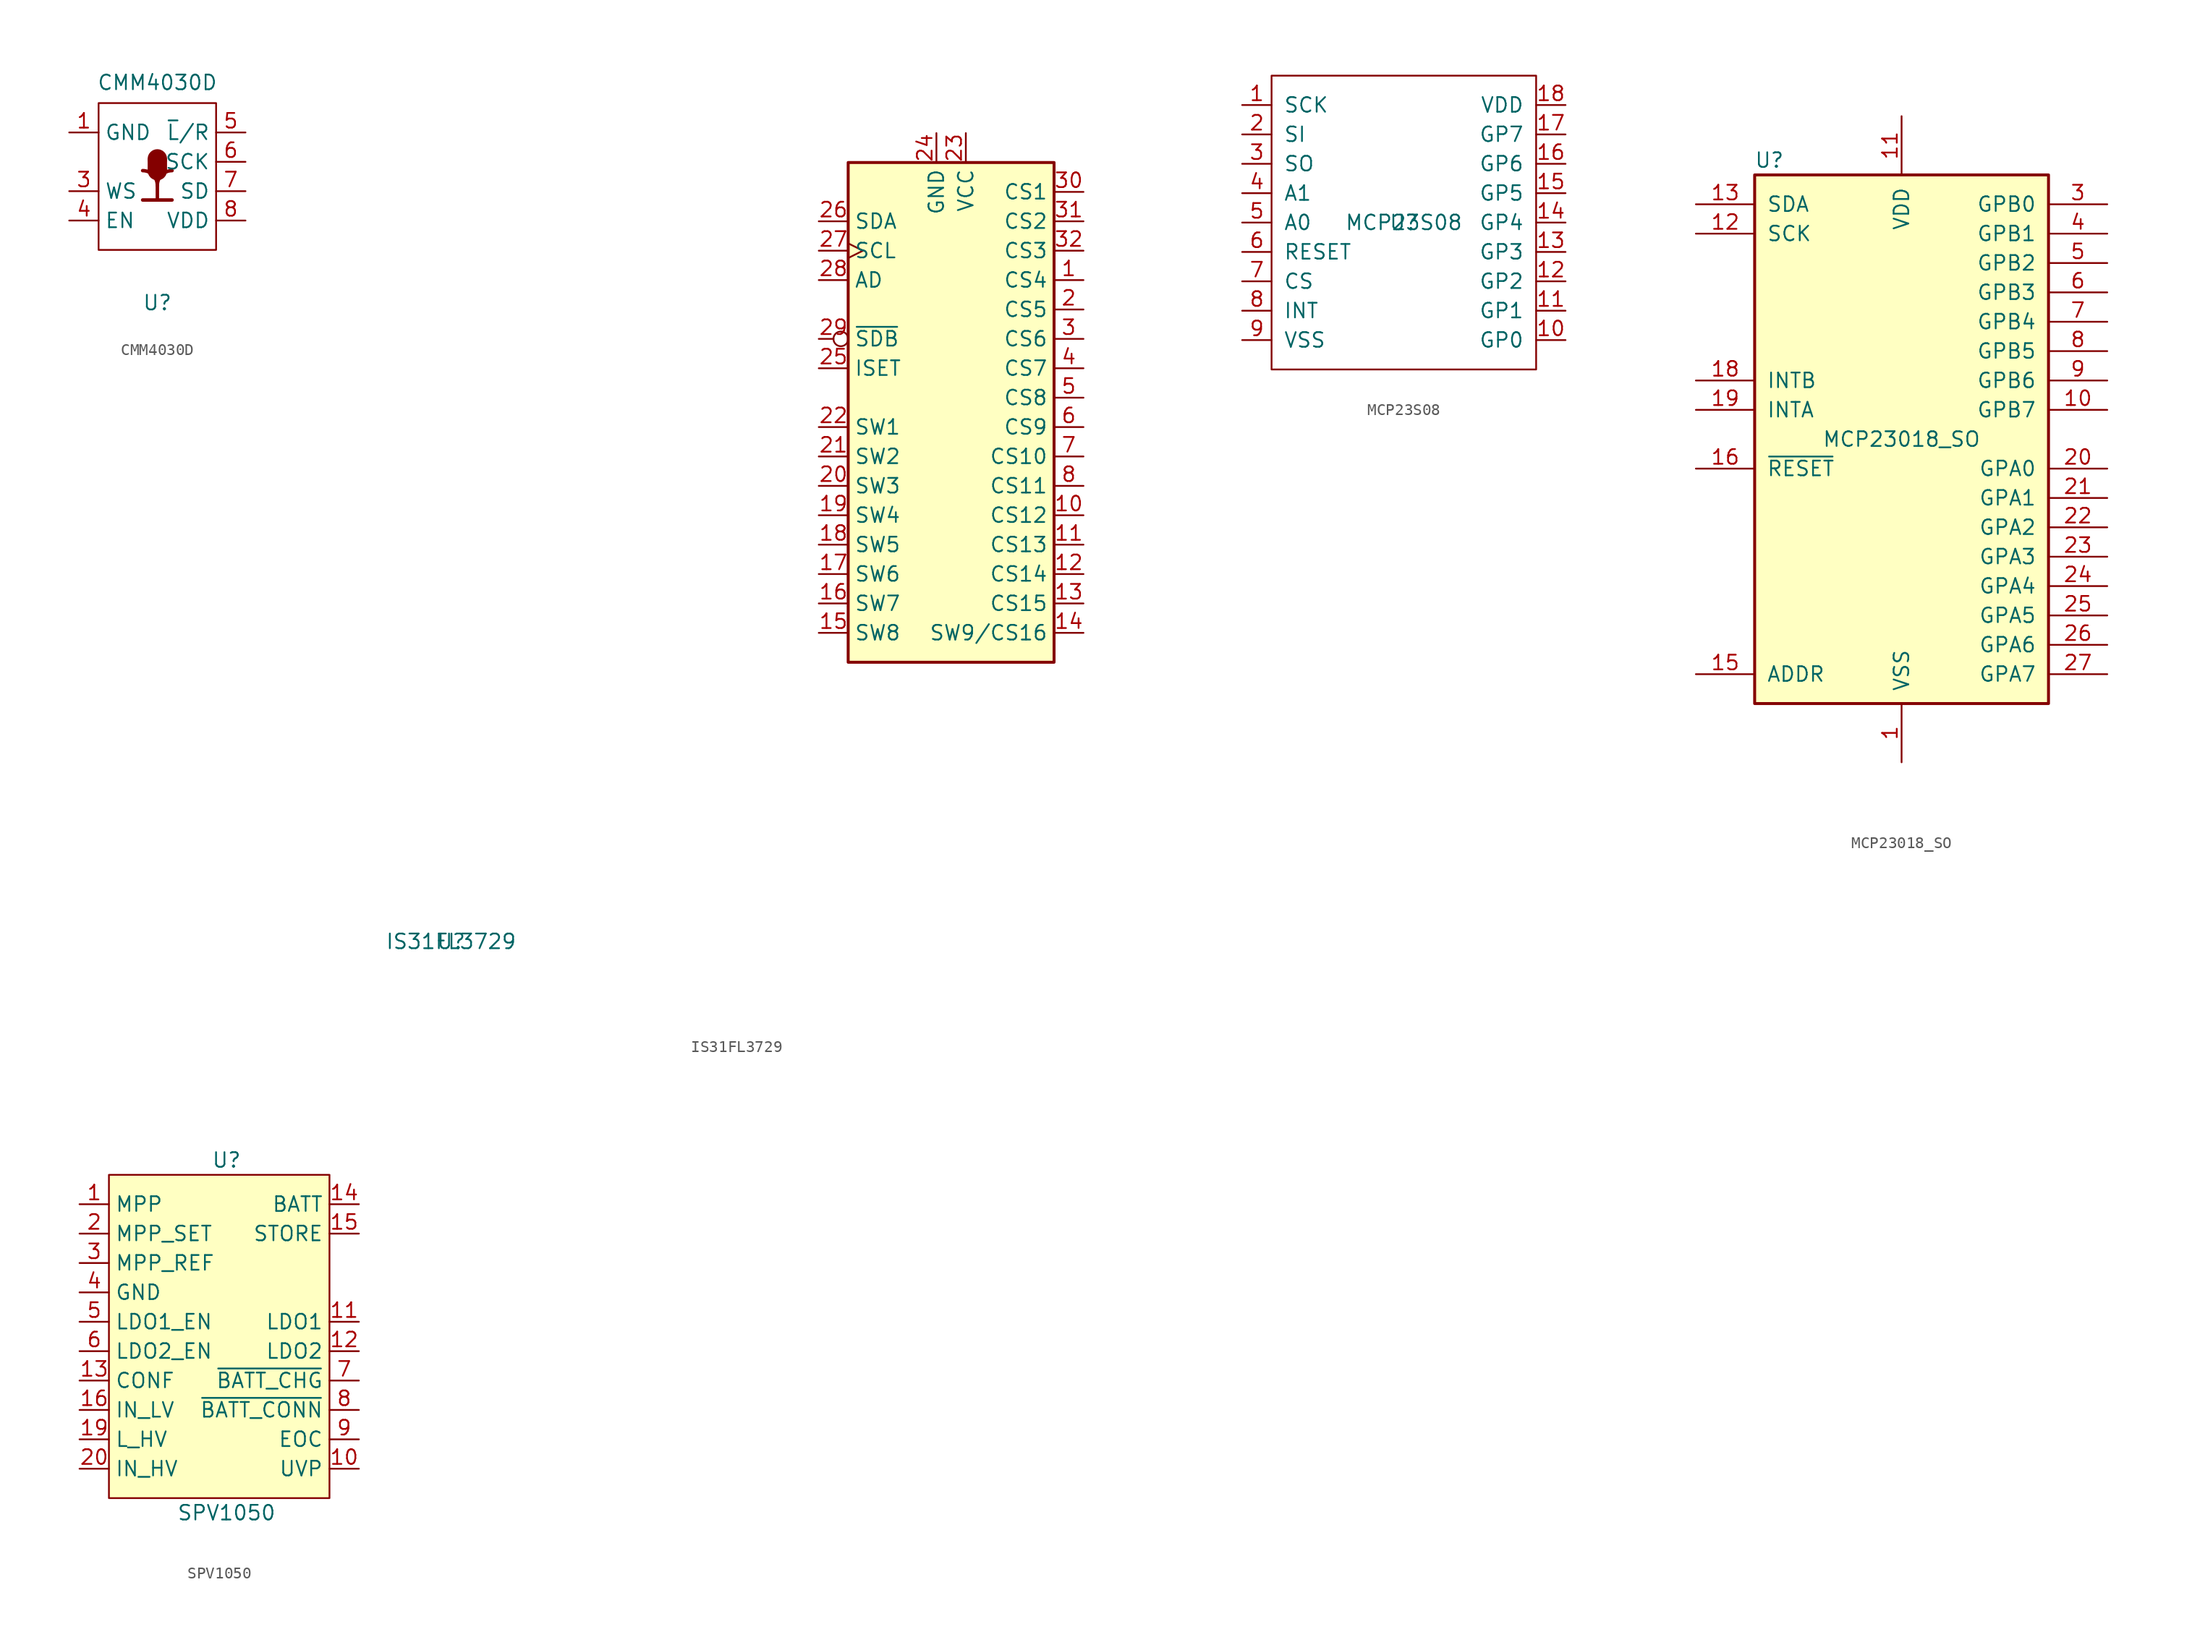
<source format=kicad_sym>
(kicad_symbol_lib
  (version 20211014)
  (generator kicad_symbol_editor)
  (symbol "CMM4030D"
    (property "Reference" "U"
      (at 0 -10.922 0)
      (effects (font (size 1.27 1.27))))
    (property "Value" "CMM4030D"
      (at 0 8.128 0)
      (effects (font (size 1.27 1.27))))
    (symbol "CMM4030D_0_1"
      (rectangle (start -5.08 6.35) (end 5.08 -6.35) (stroke (width 0.152) (type default) (color 0 0 0 0)) (fill (type none)))
      (rectangle (start -0.762 1.524) (end 0.762 0.508) (stroke (width 0.152) (type default) (color 0 0 0 0)) (fill (type outline)))
      (arc (start 0 -0.762) (mid 0.898 1.406) (end -1.27 0.508) (stroke (width 0.3) (type default) (color 0 0 0 0)) (fill (type none)))
      (polyline (pts (xy 0 -0.762) (xy 0 -2.032)) (stroke (width 0.3) (type default) (color 0 0 0 0)) (fill (type none)))
      (polyline (pts (xy 1.27 -2.032) (xy -1.27 -2.032)) (stroke (width 0.3) (type default) (color 0 0 0 0)) (fill (type none)))
      (circle (center 0 0.508) (radius 0.762) (stroke (width 0.152) (type default) (color 0 0 0 0)) (fill (type outline)))
      (circle (center 0 1.524) (radius 0.762) (stroke (width 0.152) (type default) (color 0 0 0 0)) (fill (type outline)))
      (arc (start 1.27 0.508) (mid -0.898 1.406) (end 0 -0.762) (stroke (width 0.3) (type default) (color 0 0 0 0)) (fill (type none))))
    (symbol "CMM4030D_1_1"
      (pin power_in line (at -7.62 3.81 0) (length 2.54) (name "GND" (effects (font (size 1.27 1.27)))) (number "1" (effects (font (size 1.27 1.27)))))
      (pin input line (at -7.62 -1.27 0) (length 2.54) (name "WS" (effects (font (size 1.27 1.27)))) (number "3" (effects (font (size 1.27 1.27)))))
      (pin input line (at -7.62 -3.81 0) (length 2.54) (name "EN" (effects (font (size 1.27 1.27)))) (number "4" (effects (font (size 1.27 1.27)))))
      (pin input line (at 7.62 3.81 180) (length 2.54) (name "~{L}/R" (effects (font (size 1.27 1.27)))) (number "5" (effects (font (size 1.27 1.27)))))
      (pin input line (at 7.62 1.27 180) (length 2.54) (name "SCK" (effects (font (size 1.27 1.27)))) (number "6" (effects (font (size 1.27 1.27)))))
      (pin input line (at 7.62 -1.27 180) (length 2.54) (name "SD" (effects (font (size 1.27 1.27)))) (number "7" (effects (font (size 1.27 1.27)))))
      (pin power_in line (at 7.62 -3.81 180) (length 2.54) (name "VDD" (effects (font (size 1.27 1.27)))) (number "8" (effects (font (size 1.27 1.27)))))))
  (symbol "IS31FL3729"
    (property "Reference" "U"
      (at -43.18 -45.72 0)
      (effects (font (size 1.27 1.27))))
    (property "Value" "IS31FL3729"
      (at -43.18 -45.72 0)
      (effects (font (size 1.27 1.27))))
    (symbol "IS31FL3729_0_1"
      (rectangle (start -8.89 21.59) (end 8.89 -21.59) (stroke (width 0.254) (type default) (color 0 0 0 0)) (fill (type background))))
    (symbol "IS31FL3729_1_1"
      (pin output line (at 11.43 11.43 180) (length 2.54) (name "CS4" (effects (font (size 1.27 1.27)))) (number "1" (effects (font (size 1.27 1.27)))))
      (pin output line (at 11.43 -8.89 180) (length 2.54) (name "CS12" (effects (font (size 1.27 1.27)))) (number "10" (effects (font (size 1.27 1.27)))))
      (pin output line (at 11.43 -11.43 180) (length 2.54) (name "CS13" (effects (font (size 1.27 1.27)))) (number "11" (effects (font (size 1.27 1.27)))))
      (pin output line (at 11.43 -13.97 180) (length 2.54) (name "CS14" (effects (font (size 1.27 1.27)))) (number "12" (effects (font (size 1.27 1.27)))))
      (pin output line (at 11.43 -16.51 180) (length 2.54) (name "CS15" (effects (font (size 1.27 1.27)))) (number "13" (effects (font (size 1.27 1.27)))))
      (pin bidirectional line (at 11.43 -19.05 180) (length 2.54) (name "SW9/CS16" (effects (font (size 1.27 1.27)))) (number "14" (effects (font (size 1.27 1.27)))))
      (pin input line (at -11.43 -19.05 0) (length 2.54) (name "SW8" (effects (font (size 1.27 1.27)))) (number "15" (effects (font (size 1.27 1.27)))))
      (pin input line (at -11.43 -16.51 0) (length 2.54) (name "SW7" (effects (font (size 1.27 1.27)))) (number "16" (effects (font (size 1.27 1.27)))))
      (pin input line (at -11.43 -13.97 0) (length 2.54) (name "SW6" (effects (font (size 1.27 1.27)))) (number "17" (effects (font (size 1.27 1.27)))))
      (pin input line (at -11.43 -11.43 0) (length 2.54) (name "SW5" (effects (font (size 1.27 1.27)))) (number "18" (effects (font (size 1.27 1.27)))))
      (pin input line (at -11.43 -8.89 0) (length 2.54) (name "SW4" (effects (font (size 1.27 1.27)))) (number "19" (effects (font (size 1.27 1.27)))))
      (pin output line (at 11.43 8.89 180) (length 2.54) (name "CS5" (effects (font (size 1.27 1.27)))) (number "2" (effects (font (size 1.27 1.27)))))
      (pin input line (at -11.43 -6.35 0) (length 2.54) (name "SW3" (effects (font (size 1.27 1.27)))) (number "20" (effects (font (size 1.27 1.27)))))
      (pin input line (at -11.43 -3.81 0) (length 2.54) (name "SW2" (effects (font (size 1.27 1.27)))) (number "21" (effects (font (size 1.27 1.27)))))
      (pin input line (at -11.43 -1.27 0) (length 2.54) (name "SW1" (effects (font (size 1.27 1.27)))) (number "22" (effects (font (size 1.27 1.27)))))
      (pin power_in line (at 1.27 24.13 270) (length 2.54) (name "VCC" (effects (font (size 1.27 1.27)))) (number "23" (effects (font (size 1.27 1.27)))))
      (pin passive line (at -1.27 24.13 270) (length 2.54) (name "GND" (effects (font (size 1.27 1.27)))) (number "24" (effects (font (size 1.27 1.27)))))
      (pin passive line (at -11.43 3.81 0) (length 2.54) (name "ISET" (effects (font (size 1.27 1.27)))) (number "25" (effects (font (size 1.27 1.27)))))
      (pin bidirectional line (at -11.43 16.51 0) (length 2.54) (name "SDA" (effects (font (size 1.27 1.27)))) (number "26" (effects (font (size 1.27 1.27)))))
      (pin input clock (at -11.43 13.97 0) (length 2.54) (name "SCL" (effects (font (size 1.27 1.27)))) (number "27" (effects (font (size 1.27 1.27)))))
      (pin input line (at -11.43 11.43 0) (length 2.54) (name "AD" (effects (font (size 1.27 1.27)))) (number "28" (effects (font (size 1.27 1.27)))))
      (pin input inverted (at -11.43 6.35 0) (length 2.54) (name "~{SDB}" (effects (font (size 1.27 1.27)))) (number "29" (effects (font (size 1.27 1.27)))))
      (pin output line (at 11.43 6.35 180) (length 2.54) (name "CS6" (effects (font (size 1.27 1.27)))) (number "3" (effects (font (size 1.27 1.27)))))
      (pin output line (at 11.43 19.05 180) (length 2.54) (name "CS1" (effects (font (size 1.27 1.27)))) (number "30" (effects (font (size 1.27 1.27)))))
      (pin output line (at 11.43 16.51 180) (length 2.54) (name "CS2" (effects (font (size 1.27 1.27)))) (number "31" (effects (font (size 1.27 1.27)))))
      (pin output line (at 11.43 13.97 180) (length 2.54) (name "CS3" (effects (font (size 1.27 1.27)))) (number "32" (effects (font (size 1.27 1.27)))))
      (pin passive line (at -1.27 24.13 270) (length 2.54) hide (name "GND" (effects (font (size 1.27 1.27)))) (number "33" (effects (font (size 1.27 1.27)))))
      (pin output line (at 11.43 3.81 180) (length 2.54) (name "CS7" (effects (font (size 1.27 1.27)))) (number "4" (effects (font (size 1.27 1.27)))))
      (pin output line (at 11.43 1.27 180) (length 2.54) (name "CS8" (effects (font (size 1.27 1.27)))) (number "5" (effects (font (size 1.27 1.27)))))
      (pin output line (at 11.43 -1.27 180) (length 2.54) (name "CS9" (effects (font (size 1.27 1.27)))) (number "6" (effects (font (size 1.27 1.27)))))
      (pin output line (at 11.43 -3.81 180) (length 2.54) (name "CS10" (effects (font (size 1.27 1.27)))) (number "7" (effects (font (size 1.27 1.27)))))
      (pin output line (at 11.43 -6.35 180) (length 2.54) (name "CS11" (effects (font (size 1.27 1.27)))) (number "8" (effects (font (size 1.27 1.27)))))
      (pin passive line (at -1.27 24.13 270) (length 2.54) hide (name "GND" (effects (font (size 1.27 1.27)))) (number "9" (effects (font (size 1.27 1.27)))))))
  (symbol "MCP23S08"
    (pin_names
      (offset 1.016))
    (property "Reference" "U"
      (at 0 0 0)
      (effects (font (size 1.27 1.27))))
    (property "Value" "MCP23S08"
      (at 0 0 0)
      (effects (font (size 1.27 1.27))))
    (symbol "MCP23S08_0_1"
      (rectangle (start 11.43 12.7) (end -11.43 -12.7) (stroke (width 0) (type default) (color 0 0 0 0)) (fill (type none))))
    (symbol "MCP23S08_1_1"
      (pin input line (at -13.97 10.16 0) (length 2.54) (name "SCK" (effects (font (size 1.27 1.27)))) (number "1" (effects (font (size 1.27 1.27)))))
      (pin input line (at 13.97 -10.16 180) (length 2.54) (name "GP0" (effects (font (size 1.27 1.27)))) (number "10" (effects (font (size 1.27 1.27)))))
      (pin input line (at 13.97 -7.62 180) (length 2.54) (name "GP1" (effects (font (size 1.27 1.27)))) (number "11" (effects (font (size 1.27 1.27)))))
      (pin input line (at 13.97 -5.08 180) (length 2.54) (name "GP2" (effects (font (size 1.27 1.27)))) (number "12" (effects (font (size 1.27 1.27)))))
      (pin input line (at 13.97 -2.54 180) (length 2.54) (name "GP3" (effects (font (size 1.27 1.27)))) (number "13" (effects (font (size 1.27 1.27)))))
      (pin input line (at 13.97 0 180) (length 2.54) (name "GP4" (effects (font (size 1.27 1.27)))) (number "14" (effects (font (size 1.27 1.27)))))
      (pin input line (at 13.97 2.54 180) (length 2.54) (name "GP5" (effects (font (size 1.27 1.27)))) (number "15" (effects (font (size 1.27 1.27)))))
      (pin input line (at 13.97 5.08 180) (length 2.54) (name "GP6" (effects (font (size 1.27 1.27)))) (number "16" (effects (font (size 1.27 1.27)))))
      (pin input line (at 13.97 7.62 180) (length 2.54) (name "GP7" (effects (font (size 1.27 1.27)))) (number "17" (effects (font (size 1.27 1.27)))))
      (pin input line (at 13.97 10.16 180) (length 2.54) (name "VDD" (effects (font (size 1.27 1.27)))) (number "18" (effects (font (size 1.27 1.27)))))
      (pin input line (at -13.97 7.62 0) (length 2.54) (name "SI" (effects (font (size 1.27 1.27)))) (number "2" (effects (font (size 1.27 1.27)))))
      (pin input line (at -13.97 5.08 0) (length 2.54) (name "SO" (effects (font (size 1.27 1.27)))) (number "3" (effects (font (size 1.27 1.27)))))
      (pin input line (at -13.97 2.54 0) (length 2.54) (name "A1" (effects (font (size 1.27 1.27)))) (number "4" (effects (font (size 1.27 1.27)))))
      (pin input line (at -13.97 0 0) (length 2.54) (name "A0" (effects (font (size 1.27 1.27)))) (number "5" (effects (font (size 1.27 1.27)))))
      (pin input line (at -13.97 -2.54 0) (length 2.54) (name "RESET" (effects (font (size 1.27 1.27)))) (number "6" (effects (font (size 1.27 1.27)))))
      (pin input line (at -13.97 -5.08 0) (length 2.54) (name "CS" (effects (font (size 1.27 1.27)))) (number "7" (effects (font (size 1.27 1.27)))))
      (pin input line (at -13.97 -7.62 0) (length 2.54) (name "INT" (effects (font (size 1.27 1.27)))) (number "8" (effects (font (size 1.27 1.27)))))
      (pin input line (at -13.97 -10.16 0) (length 2.54) (name "VSS" (effects (font (size 1.27 1.27)))) (number "9" (effects (font (size 1.27 1.27)))))))
  (symbol "MCP23018_SO"
    (pin_names
      (offset 1.016))
    (property "Reference" "U"
      (at -11.43 24.13 0)
      (effects (font (size 1.27 1.27))))
    (property "Value" "MCP23018_SO"
      (at 0 0 0)
      (effects (font (size 1.27 1.27))))
    (symbol "MCP23018_SO_0_1"
      (rectangle (start -12.7 22.86) (end 12.7 -22.86) (stroke (width 0.254) (type default) (color 0 0 0 0)) (fill (type background))))
    (symbol "MCP23018_SO_1_1"
      (pin power_in line (at 0 -27.94 90) (length 5.08) (name "VSS" (effects (font (size 1.27 1.27)))) (number "1" (effects (font (size 1.27 1.27)))))
      (pin open_collector line (at 17.78 2.54 180) (length 5.08) (name "GPB7" (effects (font (size 1.27 1.27)))) (number "10" (effects (font (size 1.27 1.27)))))
      (pin power_in line (at 0 27.94 270) (length 5.08) (name "VDD" (effects (font (size 1.27 1.27)))) (number "11" (effects (font (size 1.27 1.27)))))
      (pin input line (at -17.78 17.78 0) (length 5.08) (name "SCK" (effects (font (size 1.27 1.27)))) (number "12" (effects (font (size 1.27 1.27)))))
      (pin bidirectional line (at -17.78 20.32 0) (length 5.08) (name "SDA" (effects (font (size 1.27 1.27)))) (number "13" (effects (font (size 1.27 1.27)))))
      (pin no_connect line (at -12.7 12.7 0) (length 5.08) hide (name "NC" (effects (font (size 1.27 1.27)))) (number "14" (effects (font (size 1.27 1.27)))))
      (pin input line (at -17.78 -20.32 0) (length 5.08) (name "ADDR" (effects (font (size 1.27 1.27)))) (number "15" (effects (font (size 1.27 1.27)))))
      (pin input line (at -17.78 -2.54 0) (length 5.08) (name "~{RESET}" (effects (font (size 1.27 1.27)))) (number "16" (effects (font (size 1.27 1.27)))))
      (pin no_connect line (at -12.7 10.16 0) (length 5.08) hide (name "NC" (effects (font (size 1.27 1.27)))) (number "17" (effects (font (size 1.27 1.27)))))
      (pin output line (at -17.78 5.08 0) (length 5.08) (name "INTB" (effects (font (size 1.27 1.27)))) (number "18" (effects (font (size 1.27 1.27)))))
      (pin output line (at -17.78 2.54 0) (length 5.08) (name "INTA" (effects (font (size 1.27 1.27)))) (number "19" (effects (font (size 1.27 1.27)))))
      (pin no_connect line (at -12.7 15.24 0) (length 5.08) hide (name "NC" (effects (font (size 1.27 1.27)))) (number "2" (effects (font (size 1.27 1.27)))))
      (pin open_collector line (at 17.78 -2.54 180) (length 5.08) (name "GPA0" (effects (font (size 1.27 1.27)))) (number "20" (effects (font (size 1.27 1.27)))))
      (pin open_collector line (at 17.78 -5.08 180) (length 5.08) (name "GPA1" (effects (font (size 1.27 1.27)))) (number "21" (effects (font (size 1.27 1.27)))))
      (pin open_collector line (at 17.78 -7.62 180) (length 5.08) (name "GPA2" (effects (font (size 1.27 1.27)))) (number "22" (effects (font (size 1.27 1.27)))))
      (pin open_collector line (at 17.78 -10.16 180) (length 5.08) (name "GPA3" (effects (font (size 1.27 1.27)))) (number "23" (effects (font (size 1.27 1.27)))))
      (pin open_collector line (at 17.78 -12.7 180) (length 5.08) (name "GPA4" (effects (font (size 1.27 1.27)))) (number "24" (effects (font (size 1.27 1.27)))))
      (pin open_collector line (at 17.78 -15.24 180) (length 5.08) (name "GPA5" (effects (font (size 1.27 1.27)))) (number "25" (effects (font (size 1.27 1.27)))))
      (pin open_collector line (at 17.78 -17.78 180) (length 5.08) (name "GPA6" (effects (font (size 1.27 1.27)))) (number "26" (effects (font (size 1.27 1.27)))))
      (pin open_collector line (at 17.78 -20.32 180) (length 5.08) (name "GPA7" (effects (font (size 1.27 1.27)))) (number "27" (effects (font (size 1.27 1.27)))))
      (pin no_connect line (at -12.7 7.62 0) (length 5.08) hide (name "NC" (effects (font (size 1.27 1.27)))) (number "28" (effects (font (size 1.27 1.27)))))
      (pin open_collector line (at 17.78 20.32 180) (length 5.08) (name "GPB0" (effects (font (size 1.27 1.27)))) (number "3" (effects (font (size 1.27 1.27)))))
      (pin open_collector line (at 17.78 17.78 180) (length 5.08) (name "GPB1" (effects (font (size 1.27 1.27)))) (number "4" (effects (font (size 1.27 1.27)))))
      (pin open_collector line (at 17.78 15.24 180) (length 5.08) (name "GPB2" (effects (font (size 1.27 1.27)))) (number "5" (effects (font (size 1.27 1.27)))))
      (pin open_collector line (at 17.78 12.7 180) (length 5.08) (name "GPB3" (effects (font (size 1.27 1.27)))) (number "6" (effects (font (size 1.27 1.27)))))
      (pin open_collector line (at 17.78 10.16 180) (length 5.08) (name "GPB4" (effects (font (size 1.27 1.27)))) (number "7" (effects (font (size 1.27 1.27)))))
      (pin open_collector line (at 17.78 7.62 180) (length 5.08) (name "GPB5" (effects (font (size 1.27 1.27)))) (number "8" (effects (font (size 1.27 1.27)))))
      (pin open_collector line (at 17.78 5.08 180) (length 5.08) (name "GPB6" (effects (font (size 1.27 1.27)))) (number "9" (effects (font (size 1.27 1.27)))))))
  (symbol "SPV1050"
    (property "Reference" "U"
      (at 0 15.24 0)
      (effects (font (size 1.27 1.27))))
    (property "Value" "SPV1050"
      (at 0 -15.24 0)
      (effects (font (size 1.27 1.27))))
    (symbol "SPV1050_0_1"
      (rectangle (start -10.16 13.97) (end 8.89 -13.97) (stroke (width 0.152) (type default) (color 0 0 0 0)) (fill (type background))))
    (symbol "SPV1050_1_1"
      (pin input line (at -12.7 11.43 0) (length 2.54) (name "MPP" (effects (font (size 1.27 1.27)))) (number "1" (effects (font (size 1.27 1.27)))))
      (pin input line (at 11.43 -11.43 180) (length 2.54) (name "UVP" (effects (font (size 1.27 1.27)))) (number "10" (effects (font (size 1.27 1.27)))))
      (pin power_out line (at 11.43 1.27 180) (length 2.54) (name "LDO1" (effects (font (size 1.27 1.27)))) (number "11" (effects (font (size 1.27 1.27)))))
      (pin power_out line (at 11.43 -1.27 180) (length 2.54) (name "LDO2" (effects (font (size 1.27 1.27)))) (number "12" (effects (font (size 1.27 1.27)))))
      (pin input line (at -12.7 -3.81 0) (length 2.54) (name "CONF" (effects (font (size 1.27 1.27)))) (number "13" (effects (font (size 1.27 1.27)))))
      (pin bidirectional line (at 11.43 11.43 180) (length 2.54) (name "BATT" (effects (font (size 1.27 1.27)))) (number "14" (effects (font (size 1.27 1.27)))))
      (pin bidirectional line (at 11.43 8.89 180) (length 2.54) (name "STORE" (effects (font (size 1.27 1.27)))) (number "15" (effects (font (size 1.27 1.27)))))
      (pin power_in line (at -12.7 -6.35 0) (length 2.54) (name "IN_LV" (effects (font (size 1.27 1.27)))) (number "16" (effects (font (size 1.27 1.27)))))
      (pin power_in line (at -12.7 3.81 0) (length 2.54) hide (name "GND" (effects (font (size 1.27 1.27)))) (number "18" (effects (font (size 1.27 1.27)))))
      (pin input line (at -12.7 -8.89 0) (length 2.54) (name "L_HV" (effects (font (size 1.27 1.27)))) (number "19" (effects (font (size 1.27 1.27)))))
      (pin input line (at -12.7 8.89 0) (length 2.54) (name "MPP_SET" (effects (font (size 1.27 1.27)))) (number "2" (effects (font (size 1.27 1.27)))))
      (pin power_in line (at -12.7 -11.43 0) (length 2.54) (name "IN_HV" (effects (font (size 1.27 1.27)))) (number "20" (effects (font (size 1.27 1.27)))))
      (pin power_in line (at -12.7 3.81 0) (length 2.54) hide (name "GND" (effects (font (size 1.27 1.27)))) (number "21" (effects (font (size 1.27 1.27)))))
      (pin input line (at -12.7 6.35 0) (length 2.54) (name "MPP_REF" (effects (font (size 1.27 1.27)))) (number "3" (effects (font (size 1.27 1.27)))))
      (pin power_in line (at -12.7 3.81 0) (length 2.54) (name "GND" (effects (font (size 1.27 1.27)))) (number "4" (effects (font (size 1.27 1.27)))))
      (pin input line (at -12.7 1.27 0) (length 2.54) (name "LDO1_EN" (effects (font (size 1.27 1.27)))) (number "5" (effects (font (size 1.27 1.27)))))
      (pin input line (at -12.7 -1.27 0) (length 2.54) (name "LDO2_EN" (effects (font (size 1.27 1.27)))) (number "6" (effects (font (size 1.27 1.27)))))
      (pin output line (at 11.43 -3.81 180) (length 2.54) (name "~{BATT_CHG}" (effects (font (size 1.27 1.27)))) (number "7" (effects (font (size 1.27 1.27)))))
      (pin output line (at 11.43 -6.35 180) (length 2.54) (name "~{BATT_CONN}" (effects (font (size 1.27 1.27)))) (number "8" (effects (font (size 1.27 1.27)))))
      (pin input line (at 11.43 -8.89 180) (length 2.54) (name "EOC" (effects (font (size 1.27 1.27)))) (number "9" (effects (font (size 1.27 1.27))))))))
</source>
